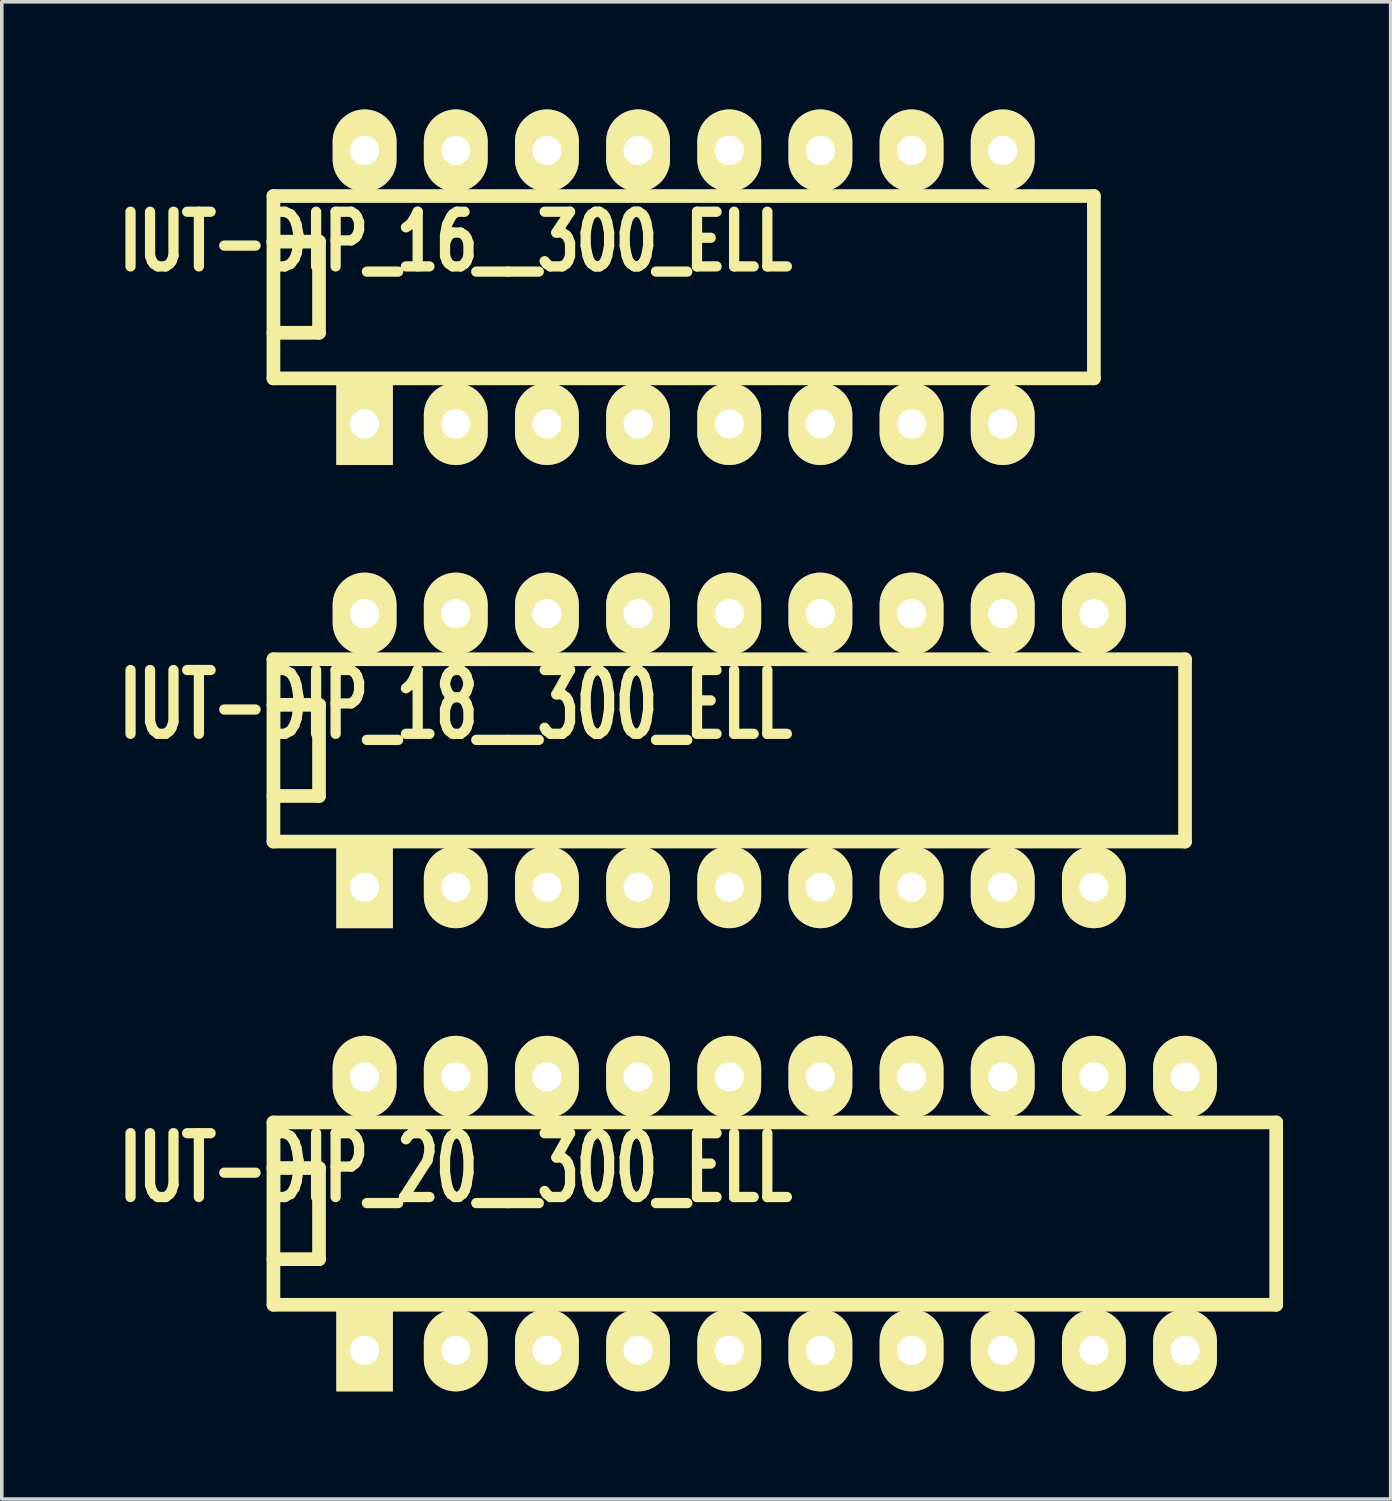
<source format=kicad_pcb>
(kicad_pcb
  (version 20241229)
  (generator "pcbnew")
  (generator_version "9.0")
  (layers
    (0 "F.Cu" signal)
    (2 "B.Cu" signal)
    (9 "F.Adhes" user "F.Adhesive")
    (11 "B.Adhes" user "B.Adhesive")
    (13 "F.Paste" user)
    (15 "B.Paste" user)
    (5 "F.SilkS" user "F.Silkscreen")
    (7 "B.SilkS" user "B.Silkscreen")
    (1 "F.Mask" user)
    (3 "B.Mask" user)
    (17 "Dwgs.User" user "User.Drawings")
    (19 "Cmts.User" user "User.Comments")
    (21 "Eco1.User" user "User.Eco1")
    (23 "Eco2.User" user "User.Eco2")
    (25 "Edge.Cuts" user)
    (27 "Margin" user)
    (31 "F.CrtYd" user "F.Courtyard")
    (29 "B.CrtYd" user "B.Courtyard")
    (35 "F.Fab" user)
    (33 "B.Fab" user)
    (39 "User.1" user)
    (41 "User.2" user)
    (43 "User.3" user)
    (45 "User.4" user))
  (footprint "IUT-DIP_16__300_ELL"
    (layer "F.Cu")
    (at 15.999 4.953)
    (property "Reference" "IUT-DIP_16__300_ELL" (at -6.35 -1.27 0) (layer "F.SilkS") (effects (font (size 1.524 1.143) (thickness 0.305))))
    (attr through_hole)
    (fp_line (start -11.43 -2.54) (end 11.43 -2.54) (stroke (width 0.381) (type solid)) (layer "F.SilkS"))
    (fp_line (start -11.43 -1.27) (end -11.43 -1.27) (stroke (width 0.381) (type solid)) (layer "F.SilkS"))
    (fp_line (start -11.43 -1.27) (end -10.16 -1.27) (stroke (width 0.381) (type solid)) (layer "F.SilkS"))
    (fp_line (start -11.43 2.54) (end -11.43 -2.54) (stroke (width 0.381) (type solid)) (layer "F.SilkS"))
    (fp_line (start -10.16 -1.27) (end -10.16 1.27) (stroke (width 0.381) (type solid)) (layer "F.SilkS"))
    (fp_line (start -10.16 1.27) (end -11.43 1.27) (stroke (width 0.381) (type solid)) (layer "F.SilkS"))
    (fp_line (start 11.43 -2.54) (end 11.43 2.54) (stroke (width 0.381) (type solid)) (layer "F.SilkS"))
    (fp_line (start 11.43 2.54) (end -11.43 2.54) (stroke (width 0.381) (type solid)) (layer "F.SilkS"))
    (pad "1" thru_hole rect (at -8.89 3.81) (size 1.575 2.286) (drill 0.813) (layers "*.Cu" "*.Mask" "F.SilkS"))
    (pad "2" thru_hole oval (at -6.35 3.81) (size 1.778 2.286) (drill 0.813) (layers "*.Cu" "*.Mask" "F.SilkS"))
    (pad "3" thru_hole oval (at -3.81 3.81) (size 1.778 2.286) (drill 0.813) (layers "*.Cu" "*.Mask" "F.SilkS"))
    (pad "4" thru_hole oval (at -1.27 3.81) (size 1.778 2.286) (drill 0.813) (layers "*.Cu" "*.Mask" "F.SilkS"))
    (pad "5" thru_hole oval (at 1.27 3.81) (size 1.778 2.286) (drill 0.813) (layers "*.Cu" "*.Mask" "F.SilkS"))
    (pad "6" thru_hole oval (at 3.81 3.81) (size 1.778 2.286) (drill 0.813) (layers "*.Cu" "*.Mask" "F.SilkS"))
    (pad "7" thru_hole oval (at 6.35 3.81) (size 1.778 2.286) (drill 0.813) (layers "*.Cu" "*.Mask" "F.SilkS"))
    (pad "8" thru_hole oval (at 8.89 3.81) (size 1.778 2.286) (drill 0.813) (layers "*.Cu" "*.Mask" "F.SilkS"))
    (pad "9" thru_hole oval (at 8.89 -3.81) (size 1.778 2.286) (drill 0.813) (layers "*.Cu" "*.Mask" "F.SilkS"))
    (pad "10" thru_hole oval (at 6.35 -3.81) (size 1.778 2.286) (drill 0.813) (layers "*.Cu" "*.Mask" "F.SilkS"))
    (pad "11" thru_hole oval (at 3.81 -3.81) (size 1.778 2.286) (drill 0.813) (layers "*.Cu" "*.Mask" "F.SilkS"))
    (pad "12" thru_hole oval (at 1.27 -3.81) (size 1.778 2.286) (drill 0.813) (layers "*.Cu" "*.Mask" "F.SilkS"))
    (pad "13" thru_hole oval (at -1.27 -3.81) (size 1.778 2.286) (drill 0.813) (layers "*.Cu" "*.Mask" "F.SilkS"))
    (pad "14" thru_hole oval (at -3.81 -3.81) (size 1.778 2.286) (drill 0.813) (layers "*.Cu" "*.Mask" "F.SilkS"))
    (pad "15" thru_hole oval (at -6.35 -3.81) (size 1.778 2.286) (drill 0.813) (layers "*.Cu" "*.Mask" "F.SilkS"))
    (pad "16" thru_hole oval (at -8.89 -3.81) (size 1.778 2.286) (drill 0.813) (layers "*.Cu" "*.Mask" "F.SilkS")))
  (footprint "IUT-DIP_20__300_ELL"
    (layer "F.Cu")
    (at 18.539 30.765)
    (property "Reference" "IUT-DIP_20__300_ELL" (at -8.89 -1.27 0) (layer "F.SilkS") (effects (font (size 1.778 1.143) (thickness 0.305))))
    (attr through_hole)
    (fp_line (start -13.97 -2.54) (end 13.97 -2.54) (stroke (width 0.381) (type solid)) (layer "F.SilkS"))
    (fp_line (start -13.97 -1.27) (end -12.7 -1.27) (stroke (width 0.381) (type solid)) (layer "F.SilkS"))
    (fp_line (start -13.97 2.54) (end -13.97 -2.54) (stroke (width 0.381) (type solid)) (layer "F.SilkS"))
    (fp_line (start -12.7 -1.27) (end -12.7 1.27) (stroke (width 0.381) (type solid)) (layer "F.SilkS"))
    (fp_line (start -12.7 1.27) (end -13.97 1.27) (stroke (width 0.381) (type solid)) (layer "F.SilkS"))
    (fp_line (start 13.97 -2.54) (end 13.97 2.54) (stroke (width 0.381) (type solid)) (layer "F.SilkS"))
    (fp_line (start 13.97 2.54) (end -13.97 2.54) (stroke (width 0.381) (type solid)) (layer "F.SilkS"))
    (pad "1" thru_hole rect (at -11.43 3.81) (size 1.575 2.286) (drill 0.813) (layers "*.Cu" "*.Mask" "F.SilkS"))
    (pad "2" thru_hole oval (at -8.89 3.81) (size 1.778 2.286) (drill 0.813) (layers "*.Cu" "*.Mask" "F.SilkS"))
    (pad "3" thru_hole oval (at -6.35 3.81) (size 1.778 2.286) (drill 0.813) (layers "*.Cu" "*.Mask" "F.SilkS"))
    (pad "4" thru_hole oval (at -3.81 3.81) (size 1.778 2.286) (drill 0.813) (layers "*.Cu" "*.Mask" "F.SilkS"))
    (pad "5" thru_hole oval (at -1.27 3.81) (size 1.778 2.286) (drill 0.813) (layers "*.Cu" "*.Mask" "F.SilkS"))
    (pad "6" thru_hole oval (at 1.27 3.81) (size 1.778 2.286) (drill 0.813) (layers "*.Cu" "*.Mask" "F.SilkS"))
    (pad "7" thru_hole oval (at 3.81 3.81) (size 1.778 2.286) (drill 0.813) (layers "*.Cu" "*.Mask" "F.SilkS"))
    (pad "8" thru_hole oval (at 6.35 3.81) (size 1.778 2.286) (drill 0.813) (layers "*.Cu" "*.Mask" "F.SilkS"))
    (pad "9" thru_hole oval (at 8.89 3.81) (size 1.778 2.286) (drill 0.813) (layers "*.Cu" "*.Mask" "F.SilkS"))
    (pad "10" thru_hole oval (at 11.43 3.81) (size 1.778 2.286) (drill 0.813) (layers "*.Cu" "*.Mask" "F.SilkS"))
    (pad "11" thru_hole oval (at 11.43 -3.81) (size 1.778 2.286) (drill 0.813) (layers "*.Cu" "*.Mask" "F.SilkS"))
    (pad "12" thru_hole oval (at 8.89 -3.81) (size 1.778 2.286) (drill 0.813) (layers "*.Cu" "*.Mask" "F.SilkS"))
    (pad "13" thru_hole oval (at 6.35 -3.81) (size 1.778 2.286) (drill 0.813) (layers "*.Cu" "*.Mask" "F.SilkS"))
    (pad "14" thru_hole oval (at 3.81 -3.81) (size 1.778 2.286) (drill 0.813) (layers "*.Cu" "*.Mask" "F.SilkS"))
    (pad "15" thru_hole oval (at 1.27 -3.81) (size 1.778 2.286) (drill 0.813) (layers "*.Cu" "*.Mask" "F.SilkS"))
    (pad "16" thru_hole oval (at -1.27 -3.81) (size 1.778 2.286) (drill 0.813) (layers "*.Cu" "*.Mask" "F.SilkS"))
    (pad "17" thru_hole oval (at -3.81 -3.81) (size 1.778 2.286) (drill 0.813) (layers "*.Cu" "*.Mask" "F.SilkS"))
    (pad "18" thru_hole oval (at -6.35 -3.81) (size 1.778 2.286) (drill 0.813) (layers "*.Cu" "*.Mask" "F.SilkS"))
    (pad "19" thru_hole oval (at -8.89 -3.81) (size 1.778 2.286) (drill 0.813) (layers "*.Cu" "*.Mask" "F.SilkS"))
    (pad "20" thru_hole oval (at -11.43 -3.81) (size 1.778 2.286) (drill 0.813) (layers "*.Cu" "*.Mask" "F.SilkS")))
  (footprint "IUT-DIP_18__300_ELL"
    (layer "F.Cu")
    (at 17.269 17.859)
    (property "Reference" "IUT-DIP_18__300_ELL" (at -7.62 -1.27 0) (layer "F.SilkS") (effects (font (size 1.778 1.143) (thickness 0.305))))
    (attr through_hole)
    (fp_line (start -12.7 -2.54) (end 12.7 -2.54) (stroke (width 0.381) (type solid)) (layer "F.SilkS"))
    (fp_line (start -12.7 -1.27) (end -11.43 -1.27) (stroke (width 0.381) (type solid)) (layer "F.SilkS"))
    (fp_line (start -12.7 2.54) (end -12.7 -2.54) (stroke (width 0.381) (type solid)) (layer "F.SilkS"))
    (fp_line (start -11.43 -1.27) (end -11.43 1.27) (stroke (width 0.381) (type solid)) (layer "F.SilkS"))
    (fp_line (start -11.43 1.27) (end -12.7 1.27) (stroke (width 0.381) (type solid)) (layer "F.SilkS"))
    (fp_line (start 12.7 -2.54) (end 12.7 2.54) (stroke (width 0.381) (type solid)) (layer "F.SilkS"))
    (fp_line (start 12.7 2.54) (end -12.7 2.54) (stroke (width 0.381) (type solid)) (layer "F.SilkS"))
    (pad "1" thru_hole rect (at -10.16 3.81) (size 1.575 2.286) (drill 0.813) (layers "*.Cu" "*.Mask" "F.SilkS"))
    (pad "2" thru_hole oval (at -7.62 3.81) (size 1.778 2.286) (drill 0.813) (layers "*.Cu" "*.Mask" "F.SilkS"))
    (pad "3" thru_hole oval (at -5.08 3.81) (size 1.778 2.286) (drill 0.813) (layers "*.Cu" "*.Mask" "F.SilkS"))
    (pad "4" thru_hole oval (at -2.54 3.81) (size 1.778 2.286) (drill 0.813) (layers "*.Cu" "*.Mask" "F.SilkS"))
    (pad "5" thru_hole oval (at 0 3.81) (size 1.778 2.286) (drill 0.813) (layers "*.Cu" "*.Mask" "F.SilkS"))
    (pad "6" thru_hole oval (at 2.54 3.81) (size 1.778 2.286) (drill 0.813) (layers "*.Cu" "*.Mask" "F.SilkS"))
    (pad "7" thru_hole oval (at 5.08 3.81) (size 1.778 2.286) (drill 0.813) (layers "*.Cu" "*.Mask" "F.SilkS"))
    (pad "8" thru_hole oval (at 7.62 3.81) (size 1.778 2.286) (drill 0.813) (layers "*.Cu" "*.Mask" "F.SilkS"))
    (pad "9" thru_hole oval (at 10.16 3.81) (size 1.778 2.286) (drill 0.813) (layers "*.Cu" "*.Mask" "F.SilkS"))
    (pad "10" thru_hole oval (at 10.16 -3.81) (size 1.778 2.286) (drill 0.813) (layers "*.Cu" "*.Mask" "F.SilkS"))
    (pad "11" thru_hole oval (at 7.62 -3.81) (size 1.778 2.286) (drill 0.813) (layers "*.Cu" "*.Mask" "F.SilkS"))
    (pad "12" thru_hole oval (at 5.08 -3.81) (size 1.778 2.286) (drill 0.813) (layers "*.Cu" "*.Mask" "F.SilkS"))
    (pad "13" thru_hole oval (at 2.54 -3.81) (size 1.778 2.286) (drill 0.813) (layers "*.Cu" "*.Mask" "F.SilkS"))
    (pad "14" thru_hole oval (at 0 -3.81) (size 1.778 2.286) (drill 0.813) (layers "*.Cu" "*.Mask" "F.SilkS"))
    (pad "15" thru_hole oval (at -2.54 -3.81) (size 1.778 2.286) (drill 0.813) (layers "*.Cu" "*.Mask" "F.SilkS"))
    (pad "16" thru_hole oval (at -5.08 -3.81) (size 1.778 2.286) (drill 0.813) (layers "*.Cu" "*.Mask" "F.SilkS"))
    (pad "17" thru_hole oval (at -7.62 -3.81) (size 1.778 2.286) (drill 0.813) (layers "*.Cu" "*.Mask" "F.SilkS"))
    (pad "18" thru_hole oval (at -10.16 -3.81) (size 1.778 2.286) (drill 0.813) (layers "*.Cu" "*.Mask" "F.SilkS")))
  (gr_rect
    (start -3 -3)
    (end 35.699 38.718)
    (stroke (width 0.1) (type default))
    (fill no)
    (layer "Edge.Cuts")))
</source>
